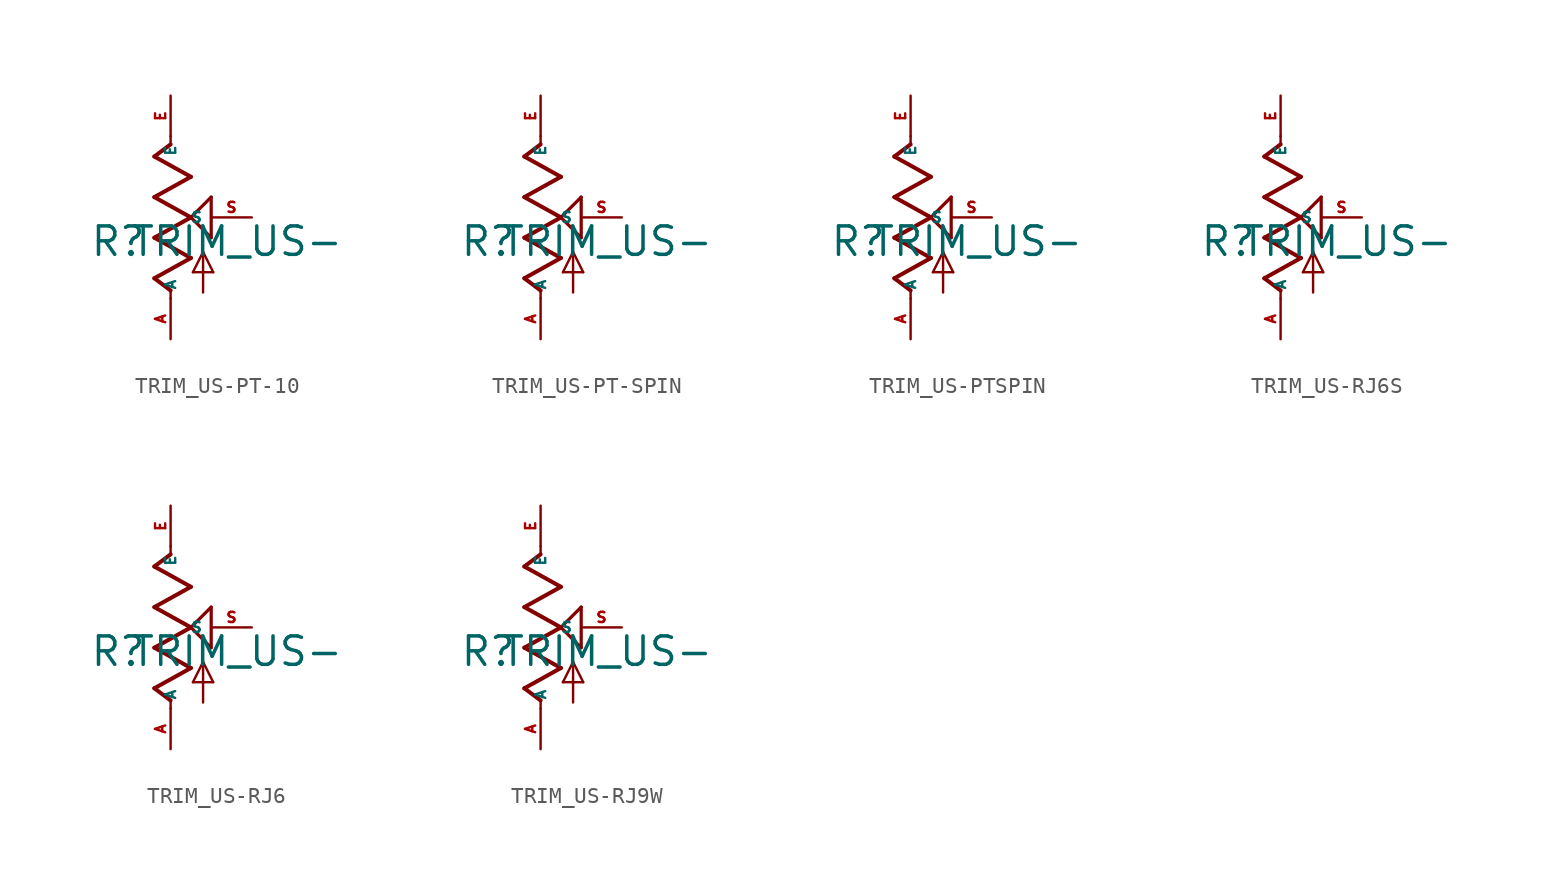
<source format=kicad_sym>
(kicad_symbol_lib
  (version 20220914)
  (generator Eagle2Kicad)
  (symbol "TRIM_US-PT-10"
    (property "Reference" "R"
      (at -5.08 -2.54 0)
      (effects (font (size 1.778 1.778) (thickness 0.22)) (justify left bottom)))
    (property "Value" "TRIM_US-"
      (at -2.54 -2.54 0)
      (effects (font (size 1.778 1.778) (thickness 0.22)) (justify left bottom)))
    (polyline
      (pts (xy 0 -5.08) (xy 0 -4.572))
      (stroke (width 0.152) (type default))
      (fill (type none)))
    (polyline
      (pts (xy 0 -4.572) (xy -1.016 -3.81))
      (stroke (width 0.254) (type default))
      (fill (type none)))
    (polyline
      (pts (xy -1.016 -3.81) (xy 1.27 -2.54))
      (stroke (width 0.254) (type default))
      (fill (type none)))
    (polyline
      (pts (xy 1.27 -2.54) (xy -1.016 -1.27))
      (stroke (width 0.254) (type default))
      (fill (type none)))
    (polyline
      (pts (xy -1.016 -1.27) (xy 1.27 0))
      (stroke (width 0.254) (type default))
      (fill (type none)))
    (polyline
      (pts (xy 1.27 0) (xy -1.016 1.27))
      (stroke (width 0.254) (type default))
      (fill (type none)))
    (polyline
      (pts (xy -1.016 1.27) (xy 1.27 2.54))
      (stroke (width 0.254) (type default))
      (fill (type none)))
    (polyline
      (pts (xy 1.27 2.54) (xy -1.016 3.81))
      (stroke (width 0.254) (type default))
      (fill (type none)))
    (polyline
      (pts (xy -1.016 3.81) (xy 0 4.572))
      (stroke (width 0.254) (type default))
      (fill (type none)))
    (polyline
      (pts (xy 0 4.572) (xy 0 5.08))
      (stroke (width 0.152) (type default))
      (fill (type none)))
    (polyline
      (pts (xy 1.27 0) (xy 2.54 1.27))
      (stroke (width 0.203) (type default))
      (fill (type none)))
    (polyline
      (pts (xy 2.54 -1.27) (xy 1.27 0))
      (stroke (width 0.203) (type default))
      (fill (type none)))
    (polyline
      (pts (xy 2.54 1.27) (xy 2.54 -1.27))
      (stroke (width 0.203) (type default))
      (fill (type none)))
    (polyline
      (pts (xy 2.032 -4.699) (xy 2.032 -2.159))
      (stroke (width 0.152) (type default))
      (fill (type none)))
    (polyline
      (pts (xy 2.032 -2.159) (xy 2.667 -3.429))
      (stroke (width 0.152) (type default))
      (fill (type none)))
    (polyline
      (pts (xy 2.667 -3.429) (xy 1.397 -3.429))
      (stroke (width 0.152) (type default))
      (fill (type none)))
    (polyline
      (pts (xy 1.397 -3.429) (xy 2.032 -2.159))
      (stroke (width 0.152) (type default))
      (fill (type none)))
    (pin passive line
      (at 0 -7.62 90)
      (length 2.54)
      (name "A" (effects (font (size 0.635 0.635) (thickness 0.08)) (justify left bottom)))
      (number "A" (effects (font (size 0.635 0.635) (thickness 0.08)) (justify left bottom))))
    (pin passive line
      (at 0 7.62 270)
      (length 2.54)
      (name "E" (effects (font (size 0.635 0.635) (thickness 0.08)) (justify left bottom)))
      (number "E" (effects (font (size 0.635 0.635) (thickness 0.08)) (justify left bottom))))
    (pin passive line
      (at 5.08 0 180)
      (length 2.54)
      (name "S" (effects (font (size 0.635 0.635) (thickness 0.08)) (justify left bottom)))
      (number "S" (effects (font (size 0.635 0.635) (thickness 0.08)) (justify left bottom)))))
  (symbol "TRIM_US-PT-SPIN"
    (property "Reference" "R"
      (at -5.08 -2.54 0)
      (effects (font (size 1.778 1.778) (thickness 0.22)) (justify left bottom)))
    (property "Value" "TRIM_US-"
      (at -2.54 -2.54 0)
      (effects (font (size 1.778 1.778) (thickness 0.22)) (justify left bottom)))
    (polyline
      (pts (xy 0 -5.08) (xy 0 -4.572))
      (stroke (width 0.152) (type default))
      (fill (type none)))
    (polyline
      (pts (xy 0 -4.572) (xy -1.016 -3.81))
      (stroke (width 0.254) (type default))
      (fill (type none)))
    (polyline
      (pts (xy -1.016 -3.81) (xy 1.27 -2.54))
      (stroke (width 0.254) (type default))
      (fill (type none)))
    (polyline
      (pts (xy 1.27 -2.54) (xy -1.016 -1.27))
      (stroke (width 0.254) (type default))
      (fill (type none)))
    (polyline
      (pts (xy -1.016 -1.27) (xy 1.27 0))
      (stroke (width 0.254) (type default))
      (fill (type none)))
    (polyline
      (pts (xy 1.27 0) (xy -1.016 1.27))
      (stroke (width 0.254) (type default))
      (fill (type none)))
    (polyline
      (pts (xy -1.016 1.27) (xy 1.27 2.54))
      (stroke (width 0.254) (type default))
      (fill (type none)))
    (polyline
      (pts (xy 1.27 2.54) (xy -1.016 3.81))
      (stroke (width 0.254) (type default))
      (fill (type none)))
    (polyline
      (pts (xy -1.016 3.81) (xy 0 4.572))
      (stroke (width 0.254) (type default))
      (fill (type none)))
    (polyline
      (pts (xy 0 4.572) (xy 0 5.08))
      (stroke (width 0.152) (type default))
      (fill (type none)))
    (polyline
      (pts (xy 1.27 0) (xy 2.54 1.27))
      (stroke (width 0.203) (type default))
      (fill (type none)))
    (polyline
      (pts (xy 2.54 -1.27) (xy 1.27 0))
      (stroke (width 0.203) (type default))
      (fill (type none)))
    (polyline
      (pts (xy 2.54 1.27) (xy 2.54 -1.27))
      (stroke (width 0.203) (type default))
      (fill (type none)))
    (polyline
      (pts (xy 2.032 -4.699) (xy 2.032 -2.159))
      (stroke (width 0.152) (type default))
      (fill (type none)))
    (polyline
      (pts (xy 2.032 -2.159) (xy 2.667 -3.429))
      (stroke (width 0.152) (type default))
      (fill (type none)))
    (polyline
      (pts (xy 2.667 -3.429) (xy 1.397 -3.429))
      (stroke (width 0.152) (type default))
      (fill (type none)))
    (polyline
      (pts (xy 1.397 -3.429) (xy 2.032 -2.159))
      (stroke (width 0.152) (type default))
      (fill (type none)))
    (pin passive line
      (at 0 -7.62 90)
      (length 2.54)
      (name "A" (effects (font (size 0.635 0.635) (thickness 0.08)) (justify left bottom)))
      (number "A" (effects (font (size 0.635 0.635) (thickness 0.08)) (justify left bottom))))
    (pin passive line
      (at 0 7.62 270)
      (length 2.54)
      (name "E" (effects (font (size 0.635 0.635) (thickness 0.08)) (justify left bottom)))
      (number "E" (effects (font (size 0.635 0.635) (thickness 0.08)) (justify left bottom))))
    (pin passive line
      (at 5.08 0 180)
      (length 2.54)
      (name "S" (effects (font (size 0.635 0.635) (thickness 0.08)) (justify left bottom)))
      (number "S" (effects (font (size 0.635 0.635) (thickness 0.08)) (justify left bottom)))))
  (symbol "TRIM_US-PTSPIN"
    (property "Reference" "R"
      (at -5.08 -2.54 0)
      (effects (font (size 1.778 1.778) (thickness 0.22)) (justify left bottom)))
    (property "Value" "TRIM_US-"
      (at -2.54 -2.54 0)
      (effects (font (size 1.778 1.778) (thickness 0.22)) (justify left bottom)))
    (polyline
      (pts (xy 0 -5.08) (xy 0 -4.572))
      (stroke (width 0.152) (type default))
      (fill (type none)))
    (polyline
      (pts (xy 0 -4.572) (xy -1.016 -3.81))
      (stroke (width 0.254) (type default))
      (fill (type none)))
    (polyline
      (pts (xy -1.016 -3.81) (xy 1.27 -2.54))
      (stroke (width 0.254) (type default))
      (fill (type none)))
    (polyline
      (pts (xy 1.27 -2.54) (xy -1.016 -1.27))
      (stroke (width 0.254) (type default))
      (fill (type none)))
    (polyline
      (pts (xy -1.016 -1.27) (xy 1.27 0))
      (stroke (width 0.254) (type default))
      (fill (type none)))
    (polyline
      (pts (xy 1.27 0) (xy -1.016 1.27))
      (stroke (width 0.254) (type default))
      (fill (type none)))
    (polyline
      (pts (xy -1.016 1.27) (xy 1.27 2.54))
      (stroke (width 0.254) (type default))
      (fill (type none)))
    (polyline
      (pts (xy 1.27 2.54) (xy -1.016 3.81))
      (stroke (width 0.254) (type default))
      (fill (type none)))
    (polyline
      (pts (xy -1.016 3.81) (xy 0 4.572))
      (stroke (width 0.254) (type default))
      (fill (type none)))
    (polyline
      (pts (xy 0 4.572) (xy 0 5.08))
      (stroke (width 0.152) (type default))
      (fill (type none)))
    (polyline
      (pts (xy 1.27 0) (xy 2.54 1.27))
      (stroke (width 0.203) (type default))
      (fill (type none)))
    (polyline
      (pts (xy 2.54 -1.27) (xy 1.27 0))
      (stroke (width 0.203) (type default))
      (fill (type none)))
    (polyline
      (pts (xy 2.54 1.27) (xy 2.54 -1.27))
      (stroke (width 0.203) (type default))
      (fill (type none)))
    (polyline
      (pts (xy 2.032 -4.699) (xy 2.032 -2.159))
      (stroke (width 0.152) (type default))
      (fill (type none)))
    (polyline
      (pts (xy 2.032 -2.159) (xy 2.667 -3.429))
      (stroke (width 0.152) (type default))
      (fill (type none)))
    (polyline
      (pts (xy 2.667 -3.429) (xy 1.397 -3.429))
      (stroke (width 0.152) (type default))
      (fill (type none)))
    (polyline
      (pts (xy 1.397 -3.429) (xy 2.032 -2.159))
      (stroke (width 0.152) (type default))
      (fill (type none)))
    (pin passive line
      (at 0 -7.62 90)
      (length 2.54)
      (name "A" (effects (font (size 0.635 0.635) (thickness 0.08)) (justify left bottom)))
      (number "A" (effects (font (size 0.635 0.635) (thickness 0.08)) (justify left bottom))))
    (pin passive line
      (at 0 7.62 270)
      (length 2.54)
      (name "E" (effects (font (size 0.635 0.635) (thickness 0.08)) (justify left bottom)))
      (number "E" (effects (font (size 0.635 0.635) (thickness 0.08)) (justify left bottom))))
    (pin passive line
      (at 5.08 0 180)
      (length 2.54)
      (name "S" (effects (font (size 0.635 0.635) (thickness 0.08)) (justify left bottom)))
      (number "S" (effects (font (size 0.635 0.635) (thickness 0.08)) (justify left bottom)))))
  (symbol "TRIM_US-RJ6S"
    (property "Reference" "R"
      (at -5.08 -2.54 0)
      (effects (font (size 1.778 1.778) (thickness 0.22)) (justify left bottom)))
    (property "Value" "TRIM_US-"
      (at -2.54 -2.54 0)
      (effects (font (size 1.778 1.778) (thickness 0.22)) (justify left bottom)))
    (polyline
      (pts (xy 0 -5.08) (xy 0 -4.572))
      (stroke (width 0.152) (type default))
      (fill (type none)))
    (polyline
      (pts (xy 0 -4.572) (xy -1.016 -3.81))
      (stroke (width 0.254) (type default))
      (fill (type none)))
    (polyline
      (pts (xy -1.016 -3.81) (xy 1.27 -2.54))
      (stroke (width 0.254) (type default))
      (fill (type none)))
    (polyline
      (pts (xy 1.27 -2.54) (xy -1.016 -1.27))
      (stroke (width 0.254) (type default))
      (fill (type none)))
    (polyline
      (pts (xy -1.016 -1.27) (xy 1.27 0))
      (stroke (width 0.254) (type default))
      (fill (type none)))
    (polyline
      (pts (xy 1.27 0) (xy -1.016 1.27))
      (stroke (width 0.254) (type default))
      (fill (type none)))
    (polyline
      (pts (xy -1.016 1.27) (xy 1.27 2.54))
      (stroke (width 0.254) (type default))
      (fill (type none)))
    (polyline
      (pts (xy 1.27 2.54) (xy -1.016 3.81))
      (stroke (width 0.254) (type default))
      (fill (type none)))
    (polyline
      (pts (xy -1.016 3.81) (xy 0 4.572))
      (stroke (width 0.254) (type default))
      (fill (type none)))
    (polyline
      (pts (xy 0 4.572) (xy 0 5.08))
      (stroke (width 0.152) (type default))
      (fill (type none)))
    (polyline
      (pts (xy 1.27 0) (xy 2.54 1.27))
      (stroke (width 0.203) (type default))
      (fill (type none)))
    (polyline
      (pts (xy 2.54 -1.27) (xy 1.27 0))
      (stroke (width 0.203) (type default))
      (fill (type none)))
    (polyline
      (pts (xy 2.54 1.27) (xy 2.54 -1.27))
      (stroke (width 0.203) (type default))
      (fill (type none)))
    (polyline
      (pts (xy 2.032 -4.699) (xy 2.032 -2.159))
      (stroke (width 0.152) (type default))
      (fill (type none)))
    (polyline
      (pts (xy 2.032 -2.159) (xy 2.667 -3.429))
      (stroke (width 0.152) (type default))
      (fill (type none)))
    (polyline
      (pts (xy 2.667 -3.429) (xy 1.397 -3.429))
      (stroke (width 0.152) (type default))
      (fill (type none)))
    (polyline
      (pts (xy 1.397 -3.429) (xy 2.032 -2.159))
      (stroke (width 0.152) (type default))
      (fill (type none)))
    (pin passive line
      (at 0 -7.62 90)
      (length 2.54)
      (name "A" (effects (font (size 0.635 0.635) (thickness 0.08)) (justify left bottom)))
      (number "A" (effects (font (size 0.635 0.635) (thickness 0.08)) (justify left bottom))))
    (pin passive line
      (at 0 7.62 270)
      (length 2.54)
      (name "E" (effects (font (size 0.635 0.635) (thickness 0.08)) (justify left bottom)))
      (number "E" (effects (font (size 0.635 0.635) (thickness 0.08)) (justify left bottom))))
    (pin passive line
      (at 5.08 0 180)
      (length 2.54)
      (name "S" (effects (font (size 0.635 0.635) (thickness 0.08)) (justify left bottom)))
      (number "S" (effects (font (size 0.635 0.635) (thickness 0.08)) (justify left bottom)))))
  (symbol "TRIM_US-RJ6"
    (property "Reference" "R"
      (at -5.08 -2.54 0)
      (effects (font (size 1.778 1.778) (thickness 0.22)) (justify left bottom)))
    (property "Value" "TRIM_US-"
      (at -2.54 -2.54 0)
      (effects (font (size 1.778 1.778) (thickness 0.22)) (justify left bottom)))
    (polyline
      (pts (xy 0 -5.08) (xy 0 -4.572))
      (stroke (width 0.152) (type default))
      (fill (type none)))
    (polyline
      (pts (xy 0 -4.572) (xy -1.016 -3.81))
      (stroke (width 0.254) (type default))
      (fill (type none)))
    (polyline
      (pts (xy -1.016 -3.81) (xy 1.27 -2.54))
      (stroke (width 0.254) (type default))
      (fill (type none)))
    (polyline
      (pts (xy 1.27 -2.54) (xy -1.016 -1.27))
      (stroke (width 0.254) (type default))
      (fill (type none)))
    (polyline
      (pts (xy -1.016 -1.27) (xy 1.27 0))
      (stroke (width 0.254) (type default))
      (fill (type none)))
    (polyline
      (pts (xy 1.27 0) (xy -1.016 1.27))
      (stroke (width 0.254) (type default))
      (fill (type none)))
    (polyline
      (pts (xy -1.016 1.27) (xy 1.27 2.54))
      (stroke (width 0.254) (type default))
      (fill (type none)))
    (polyline
      (pts (xy 1.27 2.54) (xy -1.016 3.81))
      (stroke (width 0.254) (type default))
      (fill (type none)))
    (polyline
      (pts (xy -1.016 3.81) (xy 0 4.572))
      (stroke (width 0.254) (type default))
      (fill (type none)))
    (polyline
      (pts (xy 0 4.572) (xy 0 5.08))
      (stroke (width 0.152) (type default))
      (fill (type none)))
    (polyline
      (pts (xy 1.27 0) (xy 2.54 1.27))
      (stroke (width 0.203) (type default))
      (fill (type none)))
    (polyline
      (pts (xy 2.54 -1.27) (xy 1.27 0))
      (stroke (width 0.203) (type default))
      (fill (type none)))
    (polyline
      (pts (xy 2.54 1.27) (xy 2.54 -1.27))
      (stroke (width 0.203) (type default))
      (fill (type none)))
    (polyline
      (pts (xy 2.032 -4.699) (xy 2.032 -2.159))
      (stroke (width 0.152) (type default))
      (fill (type none)))
    (polyline
      (pts (xy 2.032 -2.159) (xy 2.667 -3.429))
      (stroke (width 0.152) (type default))
      (fill (type none)))
    (polyline
      (pts (xy 2.667 -3.429) (xy 1.397 -3.429))
      (stroke (width 0.152) (type default))
      (fill (type none)))
    (polyline
      (pts (xy 1.397 -3.429) (xy 2.032 -2.159))
      (stroke (width 0.152) (type default))
      (fill (type none)))
    (pin passive line
      (at 0 -7.62 90)
      (length 2.54)
      (name "A" (effects (font (size 0.635 0.635) (thickness 0.08)) (justify left bottom)))
      (number "A" (effects (font (size 0.635 0.635) (thickness 0.08)) (justify left bottom))))
    (pin passive line
      (at 0 7.62 270)
      (length 2.54)
      (name "E" (effects (font (size 0.635 0.635) (thickness 0.08)) (justify left bottom)))
      (number "E" (effects (font (size 0.635 0.635) (thickness 0.08)) (justify left bottom))))
    (pin passive line
      (at 5.08 0 180)
      (length 2.54)
      (name "S" (effects (font (size 0.635 0.635) (thickness 0.08)) (justify left bottom)))
      (number "S" (effects (font (size 0.635 0.635) (thickness 0.08)) (justify left bottom)))))
  (symbol "TRIM_US-RJ9W"
    (property "Reference" "R"
      (at -5.08 -2.54 0)
      (effects (font (size 1.778 1.778) (thickness 0.22)) (justify left bottom)))
    (property "Value" "TRIM_US-"
      (at -2.54 -2.54 0)
      (effects (font (size 1.778 1.778) (thickness 0.22)) (justify left bottom)))
    (polyline
      (pts (xy 0 -5.08) (xy 0 -4.572))
      (stroke (width 0.152) (type default))
      (fill (type none)))
    (polyline
      (pts (xy 0 -4.572) (xy -1.016 -3.81))
      (stroke (width 0.254) (type default))
      (fill (type none)))
    (polyline
      (pts (xy -1.016 -3.81) (xy 1.27 -2.54))
      (stroke (width 0.254) (type default))
      (fill (type none)))
    (polyline
      (pts (xy 1.27 -2.54) (xy -1.016 -1.27))
      (stroke (width 0.254) (type default))
      (fill (type none)))
    (polyline
      (pts (xy -1.016 -1.27) (xy 1.27 0))
      (stroke (width 0.254) (type default))
      (fill (type none)))
    (polyline
      (pts (xy 1.27 0) (xy -1.016 1.27))
      (stroke (width 0.254) (type default))
      (fill (type none)))
    (polyline
      (pts (xy -1.016 1.27) (xy 1.27 2.54))
      (stroke (width 0.254) (type default))
      (fill (type none)))
    (polyline
      (pts (xy 1.27 2.54) (xy -1.016 3.81))
      (stroke (width 0.254) (type default))
      (fill (type none)))
    (polyline
      (pts (xy -1.016 3.81) (xy 0 4.572))
      (stroke (width 0.254) (type default))
      (fill (type none)))
    (polyline
      (pts (xy 0 4.572) (xy 0 5.08))
      (stroke (width 0.152) (type default))
      (fill (type none)))
    (polyline
      (pts (xy 1.27 0) (xy 2.54 1.27))
      (stroke (width 0.203) (type default))
      (fill (type none)))
    (polyline
      (pts (xy 2.54 -1.27) (xy 1.27 0))
      (stroke (width 0.203) (type default))
      (fill (type none)))
    (polyline
      (pts (xy 2.54 1.27) (xy 2.54 -1.27))
      (stroke (width 0.203) (type default))
      (fill (type none)))
    (polyline
      (pts (xy 2.032 -4.699) (xy 2.032 -2.159))
      (stroke (width 0.152) (type default))
      (fill (type none)))
    (polyline
      (pts (xy 2.032 -2.159) (xy 2.667 -3.429))
      (stroke (width 0.152) (type default))
      (fill (type none)))
    (polyline
      (pts (xy 2.667 -3.429) (xy 1.397 -3.429))
      (stroke (width 0.152) (type default))
      (fill (type none)))
    (polyline
      (pts (xy 1.397 -3.429) (xy 2.032 -2.159))
      (stroke (width 0.152) (type default))
      (fill (type none)))
    (pin passive line
      (at 0 -7.62 90)
      (length 2.54)
      (name "A" (effects (font (size 0.635 0.635) (thickness 0.08)) (justify left bottom)))
      (number "A" (effects (font (size 0.635 0.635) (thickness 0.08)) (justify left bottom))))
    (pin passive line
      (at 0 7.62 270)
      (length 2.54)
      (name "E" (effects (font (size 0.635 0.635) (thickness 0.08)) (justify left bottom)))
      (number "E" (effects (font (size 0.635 0.635) (thickness 0.08)) (justify left bottom))))
    (pin passive line
      (at 5.08 0 180)
      (length 2.54)
      (name "S" (effects (font (size 0.635 0.635) (thickness 0.08)) (justify left bottom)))
      (number "S" (effects (font (size 0.635 0.635) (thickness 0.08)) (justify left bottom))))))
</source>
